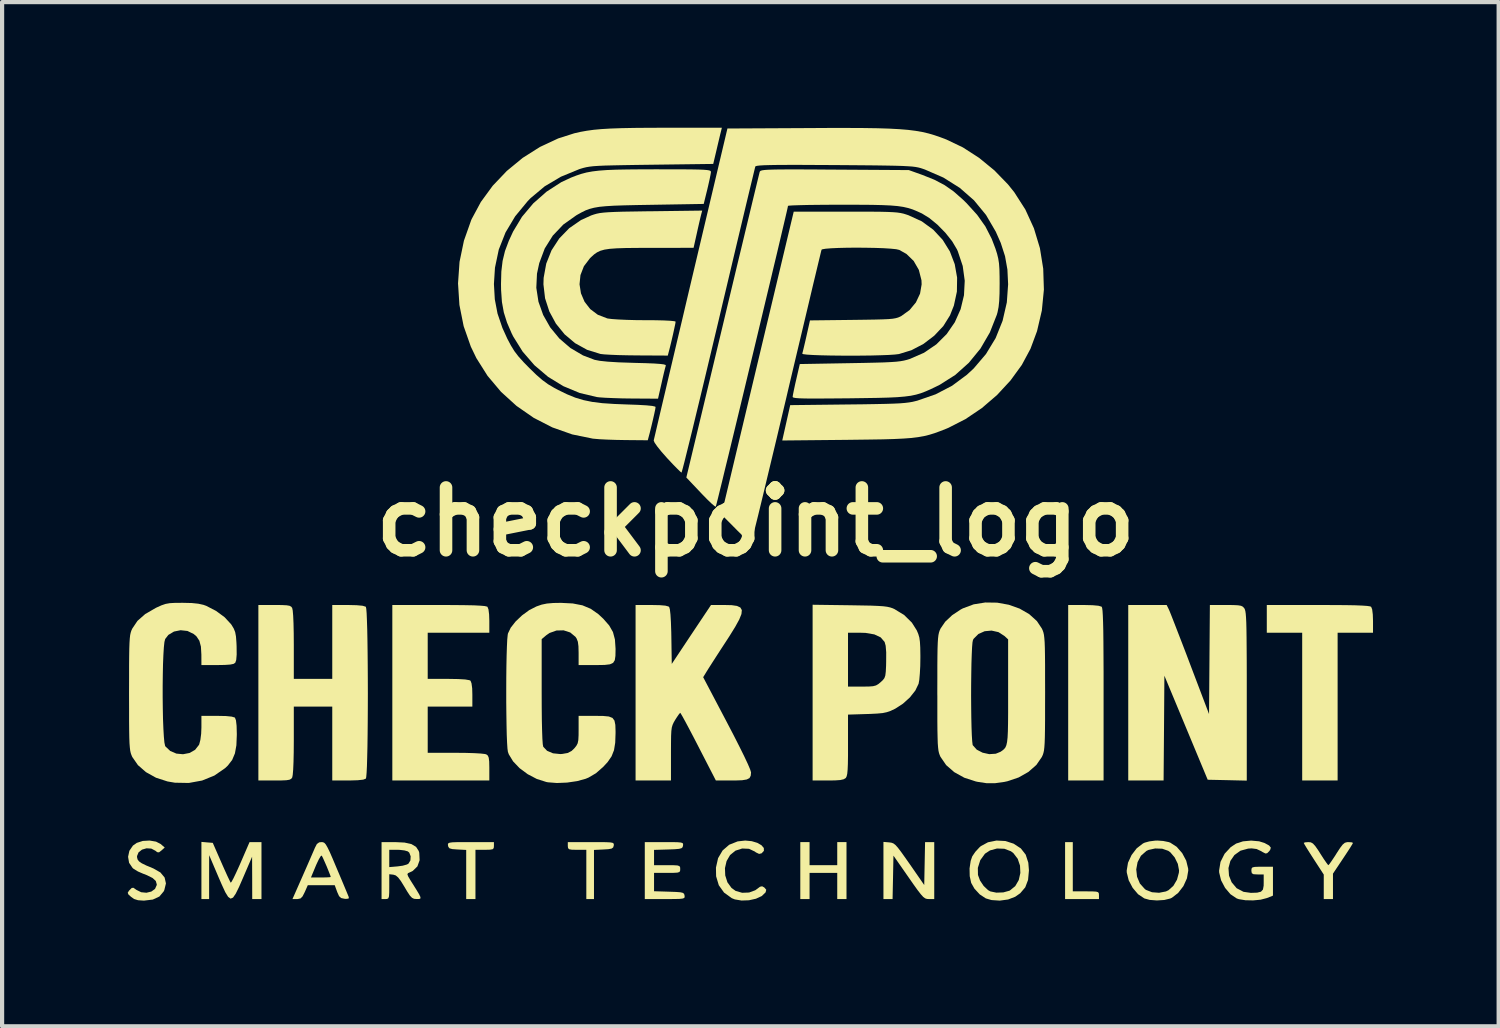
<source format=kicad_pcb>
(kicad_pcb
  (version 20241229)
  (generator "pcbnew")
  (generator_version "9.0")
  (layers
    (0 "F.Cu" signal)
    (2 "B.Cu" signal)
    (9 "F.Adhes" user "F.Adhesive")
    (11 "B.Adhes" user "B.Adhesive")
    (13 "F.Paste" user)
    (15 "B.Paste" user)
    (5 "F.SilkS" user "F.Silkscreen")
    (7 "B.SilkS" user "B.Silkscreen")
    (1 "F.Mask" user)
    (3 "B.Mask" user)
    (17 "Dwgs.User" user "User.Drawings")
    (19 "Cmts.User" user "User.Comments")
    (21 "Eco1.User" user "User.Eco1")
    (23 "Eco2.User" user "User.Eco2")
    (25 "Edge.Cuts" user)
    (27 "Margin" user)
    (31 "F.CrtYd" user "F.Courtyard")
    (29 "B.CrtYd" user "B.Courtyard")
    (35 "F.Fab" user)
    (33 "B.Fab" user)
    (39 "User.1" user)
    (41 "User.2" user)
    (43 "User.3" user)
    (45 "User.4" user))
  (footprint "checkpoint_logo"
    (layer "F.Cu")
    (at 14.992 9.41)
    (property "Reference" "checkpoint_logo" (at 0 0 0) (layer "F.SilkS") (effects (font (size 1.5 1.5) (thickness 0.3))))
    (attr board_only exclude_from_pos_files exclude_from_bom)
    (fp_poly (pts (xy 7.572 8.234) (xy 7.572 8.822) (xy 7.885 8.822) (xy 8.036 8.823) (xy 8.128 8.828) (xy 8.176 8.842) (xy 8.194 8.87) (xy 8.197 8.914) (xy 8.197 9.006) (xy 7.793 9.006) (xy 7.388 9.006) (xy 7.388 8.326) (xy 7.388 7.646) (xy 7.48 7.646) (xy 7.572 7.646)) (stroke (width 0) (type solid)) (fill yes) (layer "F.SilkS"))
    (fp_poly (pts (xy 8.045 1.99) (xy 8.186 2.003) (xy 8.259 2.025) (xy 8.263 2.029) (xy 8.273 2.058) (xy 8.282 2.125) (xy 8.289 2.236) (xy 8.295 2.393) (xy 8.3 2.602) (xy 8.303 2.867) (xy 8.305 3.192) (xy 8.307 3.581) (xy 8.307 4.039) (xy 8.307 4.124) (xy 8.307 6.175) (xy 7.885 6.175) (xy 7.462 6.175) (xy 7.462 4.08) (xy 7.462 1.985) (xy 7.841 1.985)) (stroke (width 0) (type solid)) (fill yes) (layer "F.SilkS"))
    (fp_poly (pts (xy 1.287 7.921) (xy 1.287 8.197) (xy 1.617 8.197) (xy 1.948 8.197) (xy 1.948 7.921) (xy 1.948 7.646) (xy 2.058 7.646) (xy 2.169 7.646) (xy 2.169 8.326) (xy 2.169 9.006) (xy 2.058 9.006) (xy 1.948 9.006) (xy 1.948 8.693) (xy 1.948 8.381) (xy 1.617 8.381) (xy 1.287 8.381) (xy 1.287 8.693) (xy 1.287 9.006) (xy 1.176 9.006) (xy 1.066 9.006) (xy 1.066 8.326) (xy 1.066 7.646) (xy 1.176 7.646) (xy 1.287 7.646)) (stroke (width 0) (type solid)) (fill yes) (layer "F.SilkS"))
    (fp_poly (pts (xy 13.789 1.986) (xy 14.082 1.988) (xy 14.311 1.992) (xy 14.482 1.999) (xy 14.6 2.007) (xy 14.671 2.018) (xy 14.696 2.029) (xy 14.72 2.091) (xy 14.735 2.211) (xy 14.74 2.36) (xy 14.74 2.647) (xy 14.317 2.647) (xy 13.895 2.647) (xy 13.895 4.411) (xy 13.895 6.175) (xy 13.472 6.175) (xy 13.049 6.175) (xy 13.049 4.411) (xy 13.049 2.647) (xy 12.626 2.647) (xy 12.204 2.647) (xy 12.204 2.316) (xy 12.204 1.985) (xy 13.428 1.985)) (stroke (width 0) (type solid)) (fill yes) (layer "F.SilkS"))
    (fp_poly (pts (xy -6.249 7.738) (xy -6.254 7.789) (xy -6.279 7.816) (xy -6.343 7.827) (xy -6.462 7.83) (xy -6.469 7.83) (xy -6.69 7.83) (xy -6.69 8.418) (xy -6.69 9.006) (xy -6.8 9.006) (xy -6.911 9.006) (xy -6.911 8.419) (xy -6.911 7.833) (xy -7.122 7.822) (xy -7.243 7.813) (xy -7.309 7.795) (xy -7.337 7.761) (xy -7.345 7.728) (xy -7.348 7.697) (xy -7.338 7.674) (xy -7.305 7.66) (xy -7.239 7.651) (xy -7.128 7.647) (xy -6.962 7.646) (xy -6.803 7.646) (xy -6.249 7.646)) (stroke (width 0) (type solid)) (fill yes) (layer "F.SilkS"))
    (fp_poly (pts (xy -3.718 7.646) (xy -3.569 7.648) (xy -3.472 7.653) (xy -3.416 7.663) (xy -3.391 7.68) (xy -3.386 7.705) (xy -3.388 7.728) (xy -3.402 7.774) (xy -3.44 7.801) (xy -3.518 7.815) (xy -3.63 7.822) (xy -3.86 7.833) (xy -3.86 8.419) (xy -3.86 9.006) (xy -3.952 9.006) (xy -4.043 9.006) (xy -4.043 8.418) (xy -4.043 7.83) (xy -4.264 7.83) (xy -4.386 7.828) (xy -4.452 7.817) (xy -4.479 7.79) (xy -4.485 7.741) (xy -4.485 7.738) (xy -4.485 7.646) (xy -3.931 7.646)) (stroke (width 0) (type solid)) (fill yes) (layer "F.SilkS"))
    (fp_poly (pts (xy 3.189 7.653) (xy 3.241 7.66) (xy 3.288 7.677) (xy 3.336 7.713) (xy 3.395 7.778) (xy 3.472 7.879) (xy 3.576 8.025) (xy 3.676 8.167) (xy 4.025 8.671) (xy 4.035 8.158) (xy 4.045 7.646) (xy 4.155 7.646) (xy 4.264 7.646) (xy 4.264 8.326) (xy 4.264 9.006) (xy 4.138 9.006) (xy 4.09 9.003) (xy 4.047 8.989) (xy 4.001 8.955) (xy 3.944 8.892) (xy 3.867 8.793) (xy 3.764 8.649) (xy 3.651 8.487) (xy 3.29 7.969) (xy 3.28 8.487) (xy 3.269 9.006) (xy 3.16 9.006) (xy 3.051 9.006) (xy 3.051 8.324) (xy 3.051 7.641)) (stroke (width 0) (type solid)) (fill yes) (layer "F.SilkS"))
    (fp_poly (pts (xy -13.098 7.653) (xy -12.962 7.664) (xy -12.758 8.13) (xy -12.682 8.301) (xy -12.616 8.447) (xy -12.565 8.554) (xy -12.536 8.611) (xy -12.533 8.616) (xy -12.512 8.591) (xy -12.468 8.51) (xy -12.407 8.383) (xy -12.334 8.223) (xy -12.298 8.141) (xy -12.084 7.646) (xy -11.942 7.646) (xy -11.799 7.646) (xy -11.799 8.326) (xy -11.799 9.006) (xy -11.91 9.006) (xy -12.02 9.006) (xy -12.021 8.5) (xy -12.023 7.995) (xy -12.236 8.491) (xy -12.335 8.718) (xy -12.414 8.878) (xy -12.478 8.971) (xy -12.536 8.996) (xy -12.595 8.953) (xy -12.663 8.843) (xy -12.745 8.666) (xy -12.824 8.484) (xy -13.048 7.958) (xy -13.049 8.482) (xy -13.049 9.006) (xy -13.141 9.006) (xy -13.233 9.006) (xy -13.233 8.324) (xy -13.233 7.641)) (stroke (width 0) (type solid)) (fill yes) (layer "F.SilkS"))
    (fp_poly (pts (xy 14.229 7.651) (xy 14.262 7.665) (xy 14.262 7.665) (xy 14.243 7.701) (xy 14.191 7.786) (xy 14.113 7.905) (xy 14.023 8.041) (xy 13.784 8.399) (xy 13.784 8.702) (xy 13.784 9.006) (xy 13.674 9.006) (xy 13.564 9.006) (xy 13.564 8.713) (xy 13.564 8.421) (xy 13.325 8.053) (xy 13.232 7.908) (xy 13.156 7.787) (xy 13.105 7.702) (xy 13.086 7.665) (xy 13.118 7.652) (xy 13.195 7.646) (xy 13.197 7.646) (xy 13.256 7.652) (xy 13.307 7.681) (xy 13.363 7.743) (xy 13.438 7.851) (xy 13.482 7.921) (xy 13.561 8.044) (xy 13.626 8.138) (xy 13.666 8.191) (xy 13.674 8.197) (xy 13.701 8.168) (xy 13.756 8.09) (xy 13.83 7.979) (xy 13.866 7.921) (xy 13.953 7.787) (xy 14.016 7.705) (xy 14.068 7.662) (xy 14.122 7.647) (xy 14.151 7.646)) (stroke (width 0) (type solid)) (fill yes) (layer "F.SilkS"))
    (fp_poly (pts (xy 9.863 2.086) (xy 9.888 2.143) (xy 9.935 2.261) (xy 10.001 2.43) (xy 10.083 2.642) (xy 10.178 2.887) (xy 10.282 3.158) (xy 10.369 3.388) (xy 10.825 4.589) (xy 10.835 3.287) (xy 10.845 1.985) (xy 11.228 1.985) (xy 11.402 1.986) (xy 11.517 1.992) (xy 11.589 2.004) (xy 11.633 2.026) (xy 11.665 2.061) (xy 11.669 2.067) (xy 11.681 2.092) (xy 11.692 2.132) (xy 11.701 2.193) (xy 11.708 2.28) (xy 11.714 2.4) (xy 11.718 2.558) (xy 11.721 2.761) (xy 11.723 3.013) (xy 11.725 3.321) (xy 11.726 3.69) (xy 11.726 4.127) (xy 11.726 4.163) (xy 11.726 6.178) (xy 11.259 6.167) (xy 10.793 6.157) (xy 10.276 4.915) (xy 9.759 3.673) (xy 9.75 4.924) (xy 9.74 6.175) (xy 9.318 6.175) (xy 8.896 6.175) (xy 8.896 4.08) (xy 8.896 1.985) (xy 9.354 1.985) (xy 9.813 1.985)) (stroke (width 0) (type solid)) (fill yes) (layer "F.SilkS"))
    (fp_poly (pts (xy -0.093 7.624) (xy 0.04 7.664) (xy 0.139 7.721) (xy 0.195 7.787) (xy 0.197 7.855) (xy 0.142 7.914) (xy 0.082 7.928) (xy 0.005 7.891) (xy -0.019 7.872) (xy -0.159 7.806) (xy -0.322 7.799) (xy -0.481 7.85) (xy -0.61 7.954) (xy -0.694 8.099) (xy -0.733 8.268) (xy -0.726 8.442) (xy -0.674 8.606) (xy -0.576 8.741) (xy -0.477 8.812) (xy -0.322 8.856) (xy -0.157 8.85) (xy -0.01 8.796) (xy 0.029 8.768) (xy 0.104 8.712) (xy 0.155 8.701) (xy 0.206 8.729) (xy 0.253 8.783) (xy 0.238 8.844) (xy 0.236 8.847) (xy 0.146 8.934) (xy 0.007 8.998) (xy -0.161 9.035) (xy -0.337 9.041) (xy -0.498 9.014) (xy -0.57 8.985) (xy -0.755 8.851) (xy -0.88 8.676) (xy -0.944 8.463) (xy -0.948 8.255) (xy -0.897 8.029) (xy -0.789 7.845) (xy -0.631 7.709) (xy -0.43 7.629) (xy -0.249 7.609)) (stroke (width 0) (type solid)) (fill yes) (layer "F.SilkS"))
    (fp_poly (pts (xy -7.217 1.986) (xy -6.941 1.989) (xy -6.727 1.993) (xy -6.572 2.001) (xy -6.469 2.01) (xy -6.414 2.023) (xy -6.403 2.029) (xy -6.379 2.091) (xy -6.364 2.211) (xy -6.359 2.36) (xy -6.359 2.647) (xy -7.094 2.647) (xy -7.83 2.647) (xy -7.83 3.198) (xy -7.83 3.749) (xy -7.341 3.749) (xy -7.102 3.753) (xy -6.934 3.763) (xy -6.835 3.78) (xy -6.808 3.793) (xy -6.784 3.855) (xy -6.768 3.976) (xy -6.764 4.124) (xy -6.764 4.411) (xy -7.297 4.411) (xy -7.83 4.411) (xy -7.83 4.962) (xy -7.83 5.514) (xy -7.165 5.514) (xy -6.929 5.516) (xy -6.725 5.522) (xy -6.566 5.531) (xy -6.463 5.543) (xy -6.43 5.552) (xy -6.394 5.581) (xy -6.373 5.632) (xy -6.362 5.721) (xy -6.359 5.865) (xy -6.359 5.883) (xy -6.359 6.175) (xy -7.517 6.175) (xy -8.675 6.175) (xy -8.675 4.08) (xy -8.675 1.985) (xy -7.561 1.985)) (stroke (width 0) (type solid)) (fill yes) (layer "F.SilkS"))
    (fp_poly (pts (xy -1.994 7.646) (xy -1.865 7.649) (xy -1.786 7.656) (xy -1.745 7.669) (xy -1.732 7.692) (xy -1.734 7.725) (xy -1.734 7.728) (xy -1.744 7.767) (xy -1.771 7.792) (xy -1.829 7.807) (xy -1.932 7.816) (xy -2.086 7.822) (xy -2.426 7.832) (xy -2.426 8.015) (xy -2.426 8.197) (xy -2.114 8.197) (xy -1.962 8.198) (xy -1.87 8.203) (xy -1.822 8.218) (xy -1.804 8.245) (xy -1.801 8.289) (xy -1.804 8.334) (xy -1.822 8.361) (xy -1.871 8.375) (xy -1.963 8.38) (xy -2.114 8.381) (xy -2.426 8.381) (xy -2.426 8.6) (xy -2.426 8.819) (xy -2.068 8.83) (xy -1.903 8.836) (xy -1.797 8.844) (xy -1.738 8.858) (xy -1.709 8.881) (xy -1.698 8.918) (xy -1.698 8.923) (xy -1.695 8.957) (xy -1.706 8.98) (xy -1.743 8.994) (xy -1.816 9.002) (xy -1.937 9.005) (xy -2.117 9.006) (xy -2.166 9.006) (xy -2.647 9.006) (xy -2.647 8.326) (xy -2.647 7.646) (xy -2.185 7.646)) (stroke (width 0) (type solid)) (fill yes) (layer "F.SilkS"))
    (fp_poly (pts (xy 5.962 7.62) (xy 6.158 7.683) (xy 6.332 7.797) (xy 6.448 7.946) (xy 6.51 8.138) (xy 6.525 8.323) (xy 6.504 8.549) (xy 6.437 8.726) (xy 6.317 8.867) (xy 6.197 8.951) (xy 6.028 9.016) (xy 5.829 9.043) (xy 5.631 9.03) (xy 5.495 8.99) (xy 5.351 8.895) (xy 5.224 8.758) (xy 5.146 8.62) (xy 5.111 8.46) (xy 5.107 8.273) (xy 5.109 8.261) (xy 5.305 8.261) (xy 5.308 8.431) (xy 5.357 8.563) (xy 5.443 8.692) (xy 5.547 8.791) (xy 5.603 8.823) (xy 5.747 8.853) (xy 5.913 8.847) (xy 6.058 8.807) (xy 6.069 8.802) (xy 6.198 8.697) (xy 6.282 8.552) (xy 6.32 8.383) (xy 6.312 8.208) (xy 6.257 8.045) (xy 6.154 7.91) (xy 6.095 7.865) (xy 5.938 7.805) (xy 5.762 7.799) (xy 5.594 7.845) (xy 5.475 7.923) (xy 5.363 8.078) (xy 5.305 8.261) (xy 5.109 8.261) (xy 5.134 8.094) (xy 5.171 7.987) (xy 5.244 7.879) (xy 5.344 7.771) (xy 5.377 7.742) (xy 5.547 7.65) (xy 5.749 7.609)) (stroke (width 0) (type solid)) (fill yes) (layer "F.SilkS"))
    (fp_poly (pts (xy 9.731 7.619) (xy 9.859 7.645) (xy 9.899 7.659) (xy 10.052 7.758) (xy 10.184 7.909) (xy 10.28 8.089) (xy 10.326 8.277) (xy 10.329 8.326) (xy 10.297 8.512) (xy 10.213 8.697) (xy 10.089 8.858) (xy 9.941 8.973) (xy 9.899 8.993) (xy 9.756 9.028) (xy 9.581 9.039) (xy 9.408 9.026) (xy 9.281 8.991) (xy 9.131 8.891) (xy 9.002 8.739) (xy 8.907 8.559) (xy 8.861 8.373) (xy 8.859 8.326) (xy 8.864 8.297) (xy 9.087 8.297) (xy 9.106 8.473) (xy 9.174 8.635) (xy 9.292 8.767) (xy 9.32 8.787) (xy 9.463 8.843) (xy 9.632 8.856) (xy 9.796 8.824) (xy 9.858 8.794) (xy 9.973 8.691) (xy 10.06 8.543) (xy 10.105 8.377) (xy 10.109 8.323) (xy 10.08 8.166) (xy 10.004 8.011) (xy 9.899 7.888) (xy 9.851 7.854) (xy 9.708 7.804) (xy 9.539 7.798) (xy 9.38 7.833) (xy 9.33 7.857) (xy 9.199 7.972) (xy 9.119 8.124) (xy 9.087 8.297) (xy 8.864 8.297) (xy 8.89 8.139) (xy 8.975 7.955) (xy 9.098 7.794) (xy 9.247 7.679) (xy 9.289 7.659) (xy 9.399 7.629) (xy 9.537 7.611) (xy 9.594 7.609)) (stroke (width 0) (type solid)) (fill yes) (layer "F.SilkS"))
    (fp_poly (pts (xy -10.33 7.649) (xy -10.297 7.665) (xy -10.263 7.703) (xy -10.223 7.772) (xy -10.17 7.88) (xy -10.101 8.038) (xy -10.01 8.254) (xy -9.999 8.28) (xy -9.913 8.483) (xy -9.837 8.664) (xy -9.775 8.812) (xy -9.732 8.916) (xy -9.713 8.963) (xy -9.72 8.995) (xy -9.785 9.002) (xy -9.816 8.999) (xy -9.896 8.982) (xy -9.946 8.937) (xy -9.989 8.842) (xy -9.993 8.831) (xy -10.05 8.675) (xy -10.372 8.675) (xy -10.693 8.675) (xy -10.766 8.84) (xy -10.818 8.942) (xy -10.866 8.991) (xy -10.932 9.005) (xy -10.949 9.006) (xy -11.059 9.006) (xy -10.832 8.491) (xy -10.618 8.491) (xy -10.382 8.491) (xy -10.261 8.489) (xy -10.176 8.485) (xy -10.145 8.479) (xy -10.159 8.434) (xy -10.194 8.345) (xy -10.24 8.231) (xy -10.29 8.117) (xy -10.332 8.023) (xy -10.359 7.97) (xy -10.362 7.967) (xy -10.387 7.985) (xy -10.43 8.058) (xy -10.484 8.171) (xy -10.503 8.215) (xy -10.618 8.491) (xy -10.832 8.491) (xy -10.82 8.464) (xy -10.734 8.268) (xy -10.654 8.085) (xy -10.587 7.93) (xy -10.539 7.82) (xy -10.524 7.784) (xy -10.476 7.691) (xy -10.421 7.652) (xy -10.367 7.646)) (stroke (width 0) (type solid)) (fill yes) (layer "F.SilkS"))
    (fp_poly (pts (xy -14.316 7.635) (xy -14.206 7.692) (xy -14.109 7.776) (xy -14.186 7.845) (xy -14.246 7.891) (xy -14.29 7.886) (xy -14.329 7.854) (xy -14.429 7.801) (xy -14.544 7.794) (xy -14.652 7.826) (xy -14.734 7.891) (xy -14.77 7.979) (xy -14.77 8.007) (xy -14.757 8.061) (xy -14.723 8.106) (xy -14.657 8.152) (xy -14.546 8.206) (xy -14.38 8.275) (xy -14.212 8.371) (xy -14.112 8.491) (xy -14.08 8.632) (xy -14.119 8.792) (xy -14.134 8.823) (xy -14.236 8.945) (xy -14.393 9.018) (xy -14.604 9.043) (xy -14.608 9.043) (xy -14.746 9.034) (xy -14.842 9.004) (xy -14.912 8.954) (xy -14.978 8.894) (xy -14.992 8.853) (xy -14.962 8.807) (xy -14.946 8.79) (xy -14.896 8.74) (xy -14.855 8.737) (xy -14.793 8.781) (xy -14.786 8.786) (xy -14.671 8.843) (xy -14.546 8.855) (xy -14.429 8.827) (xy -14.341 8.764) (xy -14.3 8.672) (xy -14.299 8.655) (xy -14.322 8.575) (xy -14.398 8.504) (xy -14.534 8.436) (xy -14.629 8.399) (xy -14.749 8.347) (xy -14.852 8.284) (xy -14.876 8.264) (xy -14.96 8.14) (xy -14.984 7.997) (xy -14.953 7.854) (xy -14.869 7.73) (xy -14.778 7.665) (xy -14.632 7.618) (xy -14.469 7.609)) (stroke (width 0) (type solid)) (fill yes) (layer "F.SilkS"))
    (fp_poly (pts (xy -8.611 7.646) (xy -8.383 7.657) (xy -8.218 7.694) (xy -8.108 7.76) (xy -8.045 7.857) (xy -8.032 7.9) (xy -8.023 8.078) (xy -8.076 8.226) (xy -8.187 8.334) (xy -8.261 8.37) (xy -8.301 8.388) (xy -8.315 8.414) (xy -8.298 8.462) (xy -8.248 8.548) (xy -8.199 8.626) (xy -8.099 8.785) (xy -8.035 8.892) (xy -8.004 8.957) (xy -8.003 8.991) (xy -8.031 9.004) (xy -8.082 9.005) (xy -8.095 9.005) (xy -8.156 9) (xy -8.205 8.976) (xy -8.256 8.922) (xy -8.32 8.825) (xy -8.382 8.72) (xy -8.47 8.577) (xy -8.537 8.489) (xy -8.593 8.442) (xy -8.649 8.424) (xy -8.748 8.413) (xy -8.748 8.709) (xy -8.749 8.856) (xy -8.755 8.944) (xy -8.771 8.988) (xy -8.801 9.004) (xy -8.84 9.006) (xy -8.932 9.006) (xy -8.932 8.326) (xy -8.932 8.036) (xy -8.748 8.036) (xy -8.748 8.243) (xy -8.549 8.226) (xy -8.425 8.209) (xy -8.327 8.181) (xy -8.291 8.162) (xy -8.243 8.084) (xy -8.237 7.985) (xy -8.27 7.898) (xy -8.305 7.868) (xy -8.383 7.845) (xy -8.5 7.831) (xy -8.562 7.83) (xy -8.748 7.83) (xy -8.748 8.036) (xy -8.932 8.036) (xy -8.932 7.646)) (stroke (width 0) (type solid)) (fill yes) (layer "F.SilkS"))
    (fp_poly (pts (xy 12.021 7.627) (xy 12.153 7.669) (xy 12.259 7.727) (xy 12.3 7.778) (xy 12.284 7.834) (xy 12.257 7.868) (xy 12.213 7.911) (xy 12.172 7.918) (xy 12.108 7.886) (xy 12.067 7.861) (xy 11.96 7.811) (xy 11.843 7.796) (xy 11.759 7.801) (xy 11.576 7.851) (xy 11.432 7.954) (xy 11.334 8.096) (xy 11.289 8.265) (xy 11.302 8.448) (xy 11.364 8.604) (xy 11.484 8.747) (xy 11.648 8.833) (xy 11.823 8.858) (xy 11.974 8.853) (xy 12.065 8.83) (xy 12.112 8.779) (xy 12.129 8.688) (xy 12.13 8.616) (xy 12.13 8.418) (xy 11.983 8.418) (xy 11.888 8.413) (xy 11.846 8.389) (xy 11.836 8.334) (xy 11.836 8.326) (xy 11.84 8.278) (xy 11.862 8.25) (xy 11.918 8.238) (xy 12.025 8.234) (xy 12.093 8.234) (xy 12.351 8.234) (xy 12.351 8.579) (xy 12.351 8.924) (xy 12.203 8.983) (xy 12.056 9.021) (xy 11.877 9.038) (xy 11.694 9.034) (xy 11.538 9.009) (xy 11.486 8.991) (xy 11.337 8.891) (xy 11.208 8.739) (xy 11.113 8.559) (xy 11.067 8.373) (xy 11.065 8.326) (xy 11.099 8.118) (xy 11.196 7.925) (xy 11.344 7.765) (xy 11.472 7.681) (xy 11.635 7.628) (xy 11.83 7.61)) (stroke (width 0) (type solid)) (fill yes) (layer "F.SilkS"))
    (fp_poly (pts (xy -11.314 1.986) (xy -11.198 1.992) (xy -11.128 2.004) (xy -11.088 2.026) (xy -11.066 2.056) (xy -11.053 2.117) (xy -11.042 2.244) (xy -11.034 2.427) (xy -11.029 2.66) (xy -11.027 2.935) (xy -11.027 2.938) (xy -11.027 3.749) (xy -10.568 3.749) (xy -10.109 3.749) (xy -10.109 2.867) (xy -10.109 1.985) (xy -9.73 1.985) (xy -9.526 1.99) (xy -9.385 2.003) (xy -9.312 2.025) (xy -9.307 2.029) (xy -9.297 2.075) (xy -9.288 2.186) (xy -9.281 2.355) (xy -9.274 2.572) (xy -9.269 2.83) (xy -9.265 3.12) (xy -9.262 3.434) (xy -9.26 3.765) (xy -9.259 4.103) (xy -9.26 4.44) (xy -9.262 4.769) (xy -9.265 5.08) (xy -9.269 5.367) (xy -9.275 5.619) (xy -9.281 5.831) (xy -9.289 5.992) (xy -9.298 6.095) (xy -9.307 6.131) (xy -9.37 6.155) (xy -9.502 6.169) (xy -9.698 6.175) (xy -9.73 6.175) (xy -10.109 6.175) (xy -10.109 5.293) (xy -10.109 4.411) (xy -10.568 4.411) (xy -11.027 4.411) (xy -11.027 5.222) (xy -11.029 5.497) (xy -11.034 5.73) (xy -11.042 5.915) (xy -11.053 6.042) (xy -11.065 6.104) (xy -11.066 6.104) (xy -11.09 6.136) (xy -11.132 6.157) (xy -11.206 6.169) (xy -11.325 6.174) (xy -11.488 6.175) (xy -11.873 6.175) (xy -11.873 4.08) (xy -11.873 1.985) (xy -11.488 1.985)) (stroke (width 0) (type solid)) (fill yes) (layer "F.SilkS"))
    (fp_poly (pts (xy -2.289 1.989) (xy -2.157 2) (xy -2.082 2.02) (xy -2.064 2.034) (xy -2.048 2.09) (xy -2.034 2.213) (xy -2.023 2.396) (xy -2.015 2.632) (xy -2.013 2.737) (xy -2.003 3.392) (xy -1.535 2.688) (xy -1.066 1.985) (xy -0.742 1.985) (xy -0.572 1.989) (xy -0.446 2.007) (xy -0.366 2.044) (xy -0.33 2.106) (xy -0.339 2.2) (xy -0.392 2.332) (xy -0.489 2.508) (xy -0.629 2.734) (xy -0.709 2.857) (xy -0.835 3.05) (xy -0.952 3.231) (xy -1.053 3.388) (xy -1.129 3.507) (xy -1.17 3.573) (xy -1.253 3.709) (xy -0.682 4.794) (xy -0.523 5.099) (xy -0.386 5.369) (xy -0.273 5.597) (xy -0.188 5.778) (xy -0.133 5.907) (xy -0.111 5.978) (xy -0.11 5.983) (xy -0.118 6.063) (xy -0.148 6.118) (xy -0.213 6.151) (xy -0.323 6.169) (xy -0.491 6.175) (xy -0.574 6.175) (xy -0.95 6.175) (xy -1.366 5.367) (xy -1.481 5.144) (xy -1.585 4.946) (xy -1.674 4.779) (xy -1.743 4.653) (xy -1.787 4.578) (xy -1.801 4.559) (xy -1.829 4.589) (xy -1.88 4.663) (xy -1.921 4.727) (xy -1.957 4.789) (xy -1.983 4.846) (xy -2.002 4.91) (xy -2.013 4.994) (xy -2.019 5.111) (xy -2.021 5.274) (xy -2.022 5.496) (xy -2.022 5.534) (xy -2.022 6.175) (xy -2.444 6.175) (xy -2.867 6.175) (xy -2.867 4.08) (xy -2.867 1.985) (xy -2.486 1.985)) (stroke (width 0) (type solid)) (fill yes) (layer "F.SilkS"))
    (fp_poly (pts (xy -1.299 -7.346) (xy -1.317 -7.274) (xy -1.346 -7.15) (xy -1.381 -6.996) (xy -1.402 -6.901) (xy -1.482 -6.543) (xy -2.515 -6.542) (xy -2.845 -6.541) (xy -3.11 -6.538) (xy -3.32 -6.531) (xy -3.484 -6.519) (xy -3.61 -6.5) (xy -3.709 -6.472) (xy -3.788 -6.434) (xy -3.858 -6.385) (xy -3.927 -6.322) (xy -3.956 -6.294) (xy -4.101 -6.103) (xy -4.183 -5.892) (xy -4.205 -5.672) (xy -4.171 -5.456) (xy -4.085 -5.255) (xy -3.95 -5.081) (xy -3.769 -4.945) (xy -3.546 -4.859) (xy -3.529 -4.855) (xy -3.432 -4.843) (xy -3.278 -4.832) (xy -3.081 -4.823) (xy -2.856 -4.817) (xy -2.626 -4.815) (xy -2.386 -4.814) (xy -2.186 -4.809) (xy -2.035 -4.801) (xy -1.94 -4.791) (xy -1.911 -4.781) (xy -1.919 -4.728) (xy -1.941 -4.624) (xy -1.971 -4.486) (xy -2.006 -4.335) (xy -2.041 -4.19) (xy -2.062 -4.108) (xy -2.098 -3.97) (xy -2.823 -3.974) (xy -3.058 -3.977) (xy -3.279 -3.982) (xy -3.47 -3.99) (xy -3.618 -3.999) (xy -3.707 -4.009) (xy -3.709 -4.01) (xy -4.025 -4.108) (xy -4.312 -4.267) (xy -4.562 -4.478) (xy -4.769 -4.733) (xy -4.926 -5.023) (xy -5.028 -5.338) (xy -5.067 -5.672) (xy -5.062 -5.826) (xy -5 -6.166) (xy -4.874 -6.483) (xy -4.688 -6.768) (xy -4.451 -7.012) (xy -4.17 -7.206) (xy -3.928 -7.316) (xy -3.861 -7.339) (xy -3.794 -7.358) (xy -3.72 -7.373) (xy -3.629 -7.384) (xy -3.513 -7.393) (xy -3.362 -7.4) (xy -3.168 -7.406) (xy -2.921 -7.41) (xy -2.612 -7.415) (xy -2.485 -7.416) (xy -1.276 -7.432)) (stroke (width 0) (type solid)) (fill yes) (layer "F.SilkS"))
    (fp_poly (pts (xy 2.251 1.991) (xy 2.535 1.996) (xy 2.754 2) (xy 2.922 2.007) (xy 3.046 2.015) (xy 3.139 2.027) (xy 3.211 2.043) (xy 3.271 2.063) (xy 3.31 2.081) (xy 3.543 2.222) (xy 3.73 2.406) (xy 3.847 2.591) (xy 3.883 2.677) (xy 3.908 2.762) (xy 3.922 2.863) (xy 3.93 2.998) (xy 3.933 3.184) (xy 3.933 3.249) (xy 3.93 3.443) (xy 3.92 3.624) (xy 3.907 3.772) (xy 3.89 3.867) (xy 3.889 3.868) (xy 3.812 4.028) (xy 3.682 4.192) (xy 3.516 4.342) (xy 3.332 4.461) (xy 3.321 4.466) (xy 3.222 4.513) (xy 3.132 4.544) (xy 3.033 4.565) (xy 2.904 4.577) (xy 2.727 4.586) (xy 2.656 4.588) (xy 2.205 4.602) (xy 2.205 5.331) (xy 2.205 5.587) (xy 2.202 5.78) (xy 2.196 5.918) (xy 2.187 6.013) (xy 2.173 6.074) (xy 2.155 6.11) (xy 2.148 6.118) (xy 2.101 6.146) (xy 2.021 6.164) (xy 1.895 6.173) (xy 1.725 6.175) (xy 1.36 6.175) (xy 1.36 4.077) (xy 1.36 3.29) (xy 2.205 3.29) (xy 2.205 3.933) (xy 2.536 3.933) (xy 2.695 3.932) (xy 2.802 3.924) (xy 2.874 3.905) (xy 2.932 3.871) (xy 2.986 3.826) (xy 3.04 3.775) (xy 3.075 3.728) (xy 3.096 3.667) (xy 3.107 3.576) (xy 3.114 3.437) (xy 3.116 3.339) (xy 3.117 3.114) (xy 3.104 2.957) (xy 3.079 2.867) (xy 2.985 2.758) (xy 2.834 2.687) (xy 2.622 2.651) (xy 2.49 2.647) (xy 2.205 2.647) (xy 2.205 3.29) (xy 1.36 3.29) (xy 1.36 1.979)) (stroke (width 0) (type solid)) (fill yes) (layer "F.SilkS"))
    (fp_poly (pts (xy -2.024 -8.417) (xy -1.746 -8.417) (xy -1.528 -8.415) (xy -1.362 -8.412) (xy -1.241 -8.407) (xy -1.158 -8.4) (xy -1.106 -8.391) (xy -1.079 -8.379) (xy -1.069 -8.364) (xy -1.067 -8.353) (xy -1.077 -8.291) (xy -1.1 -8.177) (xy -1.133 -8.03) (xy -1.154 -7.94) (xy -1.24 -7.591) (xy -2.485 -7.57) (xy -2.846 -7.564) (xy -3.142 -7.557) (xy -3.382 -7.549) (xy -3.576 -7.537) (xy -3.731 -7.522) (xy -3.858 -7.5) (xy -3.965 -7.472) (xy -4.06 -7.437) (xy -4.153 -7.391) (xy -4.253 -7.336) (xy -4.282 -7.319) (xy -4.592 -7.099) (xy -4.844 -6.834) (xy -5.036 -6.527) (xy -5.167 -6.177) (xy -5.221 -5.926) (xy -5.237 -5.589) (xy -5.186 -5.257) (xy -5.073 -4.939) (xy -4.905 -4.643) (xy -4.686 -4.377) (xy -4.423 -4.151) (xy -4.122 -3.974) (xy -3.846 -3.869) (xy -3.722 -3.845) (xy -3.534 -3.825) (xy -3.277 -3.809) (xy -2.951 -3.798) (xy -2.892 -3.796) (xy -2.625 -3.789) (xy -2.424 -3.781) (xy -2.283 -3.771) (xy -2.194 -3.76) (xy -2.151 -3.746) (xy -2.145 -3.732) (xy -2.16 -3.679) (xy -2.187 -3.571) (xy -2.221 -3.426) (xy -2.246 -3.314) (xy -2.331 -2.941) (xy -2.957 -2.945) (xy -3.182 -2.948) (xy -3.399 -2.955) (xy -3.588 -2.963) (xy -3.732 -2.973) (xy -3.791 -2.98) (xy -4.201 -3.077) (xy -4.592 -3.24) (xy -4.955 -3.462) (xy -5.281 -3.739) (xy -5.562 -4.063) (xy -5.789 -4.427) (xy -5.825 -4.499) (xy -5.937 -4.759) (xy -6.013 -5.001) (xy -6.058 -5.25) (xy -6.078 -5.534) (xy -6.08 -5.679) (xy -6.072 -5.978) (xy -6.042 -6.231) (xy -5.985 -6.466) (xy -5.894 -6.709) (xy -5.791 -6.932) (xy -5.579 -7.284) (xy -5.309 -7.605) (xy -4.992 -7.884) (xy -4.642 -8.11) (xy -4.411 -8.218) (xy -4.283 -8.268) (xy -4.161 -8.309) (xy -4.036 -8.342) (xy -3.899 -8.367) (xy -3.742 -8.386) (xy -3.555 -8.4) (xy -3.329 -8.409) (xy -3.056 -8.414) (xy -2.727 -8.417) (xy -2.369 -8.418)) (stroke (width 0) (type solid)) (fill yes) (layer "F.SilkS"))
    (fp_poly (pts (xy -0.827 -9.327) (xy -0.845 -9.256) (xy -0.874 -9.134) (xy -0.91 -8.982) (xy -0.93 -8.896) (xy -1.013 -8.546) (xy -2.482 -8.527) (xy -2.851 -8.522) (xy -3.154 -8.517) (xy -3.4 -8.512) (xy -3.596 -8.507) (xy -3.75 -8.5) (xy -3.871 -8.492) (xy -3.966 -8.481) (xy -4.043 -8.468) (xy -4.11 -8.452) (xy -4.175 -8.433) (xy -4.209 -8.422) (xy -4.649 -8.241) (xy -5.037 -8.011) (xy -5.375 -7.728) (xy -5.442 -7.659) (xy -5.742 -7.295) (xy -5.972 -6.91) (xy -6.133 -6.502) (xy -6.224 -6.069) (xy -6.249 -5.679) (xy -6.228 -5.314) (xy -6.163 -4.973) (xy -6.047 -4.632) (xy -5.93 -4.374) (xy -5.844 -4.212) (xy -5.761 -4.077) (xy -5.665 -3.951) (xy -5.54 -3.812) (xy -5.405 -3.674) (xy -5.236 -3.51) (xy -5.093 -3.386) (xy -4.958 -3.287) (xy -4.809 -3.199) (xy -4.715 -3.149) (xy -4.503 -3.046) (xy -4.307 -2.966) (xy -4.111 -2.907) (xy -3.901 -2.864) (xy -3.661 -2.834) (xy -3.375 -2.815) (xy -3.097 -2.804) (xy -2.816 -2.794) (xy -2.607 -2.782) (xy -2.469 -2.768) (xy -2.399 -2.752) (xy -2.39 -2.742) (xy -2.398 -2.686) (xy -2.421 -2.577) (xy -2.453 -2.436) (xy -2.49 -2.281) (xy -2.527 -2.131) (xy -2.539 -2.086) (xy -2.576 -1.948) (xy -3.117 -1.953) (xy -3.332 -1.957) (xy -3.542 -1.964) (xy -3.726 -1.973) (xy -3.864 -1.985) (xy -3.887 -1.987) (xy -4.38 -2.088) (xy -4.853 -2.255) (xy -5.298 -2.483) (xy -5.709 -2.768) (xy -6.079 -3.104) (xy -6.401 -3.486) (xy -6.668 -3.909) (xy -6.801 -4.185) (xy -6.972 -4.673) (xy -7.073 -5.179) (xy -7.106 -5.694) (xy -7.07 -6.208) (xy -6.965 -6.714) (xy -6.792 -7.203) (xy -6.783 -7.225) (xy -6.561 -7.638) (xy -6.278 -8.025) (xy -5.942 -8.378) (xy -5.563 -8.69) (xy -5.151 -8.951) (xy -4.714 -9.155) (xy -4.329 -9.278) (xy -4.184 -9.311) (xy -4.033 -9.338) (xy -3.868 -9.361) (xy -3.681 -9.378) (xy -3.463 -9.391) (xy -3.205 -9.4) (xy -2.898 -9.406) (xy -2.534 -9.409) (xy -2.14 -9.41) (xy -0.807 -9.41)) (stroke (width 0) (type solid)) (fill yes) (layer "F.SilkS"))
    (fp_poly (pts (xy -4.367 1.948) (xy -4.135 1.993) (xy -3.937 2.076) (xy -3.755 2.204) (xy -3.638 2.313) (xy -3.497 2.474) (xy -3.407 2.631) (xy -3.36 2.808) (xy -3.345 3.029) (xy -3.345 3.048) (xy -3.348 3.199) (xy -3.363 3.302) (xy -3.403 3.366) (xy -3.479 3.401) (xy -3.604 3.416) (xy -3.788 3.419) (xy -3.824 3.419) (xy -4.227 3.419) (xy -4.227 3.129) (xy -4.231 2.969) (xy -4.245 2.862) (xy -4.274 2.787) (xy -4.301 2.746) (xy -4.427 2.641) (xy -4.585 2.59) (xy -4.756 2.594) (xy -4.921 2.653) (xy -4.998 2.706) (xy -5.109 2.8) (xy -5.109 4.049) (xy -5.108 4.416) (xy -5.105 4.729) (xy -5.099 4.985) (xy -5.092 5.179) (xy -5.083 5.308) (xy -5.072 5.368) (xy -5.072 5.369) (xy -4.98 5.466) (xy -4.839 5.526) (xy -4.665 5.544) (xy -4.618 5.541) (xy -4.487 5.518) (xy -4.395 5.47) (xy -4.33 5.408) (xy -4.281 5.347) (xy -4.25 5.288) (xy -4.234 5.211) (xy -4.228 5.095) (xy -4.227 4.962) (xy -4.227 4.632) (xy -3.844 4.632) (xy -3.644 4.634) (xy -3.506 4.647) (xy -3.419 4.681) (xy -3.371 4.745) (xy -3.35 4.848) (xy -3.345 5) (xy -3.345 5.043) (xy -3.353 5.273) (xy -3.382 5.451) (xy -3.44 5.598) (xy -3.533 5.734) (xy -3.638 5.848) (xy -3.812 6.001) (xy -3.987 6.104) (xy -4.058 6.134) (xy -4.263 6.19) (xy -4.503 6.225) (xy -4.746 6.235) (xy -4.96 6.218) (xy -4.997 6.211) (xy -5.224 6.139) (xy -5.442 6.025) (xy -5.636 5.881) (xy -5.791 5.719) (xy -5.894 5.55) (xy -5.915 5.491) (xy -5.926 5.413) (xy -5.935 5.272) (xy -5.943 5.08) (xy -5.948 4.847) (xy -5.952 4.583) (xy -5.955 4.301) (xy -5.955 4.01) (xy -5.954 3.721) (xy -5.951 3.446) (xy -5.946 3.196) (xy -5.939 2.98) (xy -5.931 2.81) (xy -5.92 2.698) (xy -5.914 2.665) (xy -5.848 2.527) (xy -5.73 2.377) (xy -5.577 2.232) (xy -5.406 2.107) (xy -5.235 2.02) (xy -5.109 1.976) (xy -4.983 1.95) (xy -4.832 1.937) (xy -4.65 1.934)) (stroke (width 0) (type solid)) (fill yes) (layer "F.SilkS"))
    (fp_poly (pts (xy 2.491 -7.407) (xy 2.763 -7.406) (xy 2.979 -7.404) (xy 3.148 -7.4) (xy 3.279 -7.394) (xy 3.38 -7.386) (xy 3.461 -7.374) (xy 3.53 -7.359) (xy 3.595 -7.339) (xy 3.648 -7.321) (xy 3.967 -7.175) (xy 4.24 -6.976) (xy 4.465 -6.734) (xy 4.637 -6.457) (xy 4.753 -6.153) (xy 4.81 -5.831) (xy 4.805 -5.498) (xy 4.733 -5.164) (xy 4.64 -4.93) (xy 4.48 -4.674) (xy 4.262 -4.443) (xy 4.004 -4.247) (xy 3.719 -4.098) (xy 3.425 -4.008) (xy 3.423 -4.007) (xy 3.323 -3.995) (xy 3.173 -3.985) (xy 2.981 -3.978) (xy 2.759 -3.972) (xy 2.516 -3.969) (xy 2.265 -3.968) (xy 2.014 -3.969) (xy 1.774 -3.972) (xy 1.556 -3.977) (xy 1.371 -3.984) (xy 1.228 -3.993) (xy 1.138 -4.004) (xy 1.112 -4.016) (xy 1.127 -4.069) (xy 1.153 -4.177) (xy 1.187 -4.322) (xy 1.213 -4.436) (xy 1.297 -4.81) (xy 2.312 -4.822) (xy 2.613 -4.826) (xy 2.85 -4.83) (xy 3.033 -4.835) (xy 3.169 -4.841) (xy 3.27 -4.85) (xy 3.344 -4.863) (xy 3.401 -4.879) (xy 3.449 -4.9) (xy 3.477 -4.914) (xy 3.674 -5.056) (xy 3.826 -5.239) (xy 3.925 -5.449) (xy 3.963 -5.671) (xy 3.959 -5.769) (xy 3.896 -6.016) (xy 3.773 -6.229) (xy 3.6 -6.397) (xy 3.429 -6.493) (xy 3.355 -6.51) (xy 3.226 -6.523) (xy 3.054 -6.534) (xy 2.851 -6.541) (xy 2.63 -6.545) (xy 2.402 -6.547) (xy 2.179 -6.545) (xy 1.975 -6.54) (xy 1.8 -6.532) (xy 1.667 -6.521) (xy 1.589 -6.507) (xy 1.573 -6.497) (xy 1.562 -6.455) (xy 1.536 -6.347) (xy 1.495 -6.177) (xy 1.441 -5.951) (xy 1.374 -5.673) (xy 1.297 -5.347) (xy 1.21 -4.98) (xy 1.114 -4.576) (xy 1.01 -4.14) (xy 0.9 -3.677) (xy 0.785 -3.191) (xy 0.733 -2.968) (xy 0.616 -2.476) (xy 0.504 -2.004) (xy 0.397 -1.558) (xy 0.297 -1.142) (xy 0.206 -0.762) (xy 0.124 -0.422) (xy 0.052 -0.126) (xy -0.009 0.119) (xy -0.056 0.309) (xy -0.09 0.44) (xy -0.108 0.507) (xy -0.111 0.515) (xy -0.143 0.49) (xy -0.215 0.423) (xy -0.32 0.322) (xy -0.445 0.199) (xy -0.473 0.17) (xy -0.816 -0.174) (xy 0.046 -3.791) (xy 0.909 -7.407) (xy 2.155 -7.407)) (stroke (width 0) (type solid)) (fill yes) (layer "F.SilkS"))
    (fp_poly (pts (xy 5.766 1.929) (xy 6.043 1.979) (xy 6.302 2.071) (xy 6.53 2.202) (xy 6.715 2.369) (xy 6.835 2.55) (xy 6.854 2.593) (xy 6.87 2.639) (xy 6.883 2.696) (xy 6.892 2.772) (xy 6.9 2.873) (xy 6.905 3.009) (xy 6.908 3.186) (xy 6.91 3.413) (xy 6.91 3.697) (xy 6.911 4.047) (xy 6.911 4.08) (xy 6.91 4.435) (xy 6.91 4.725) (xy 6.908 4.956) (xy 6.905 5.138) (xy 6.9 5.277) (xy 6.893 5.381) (xy 6.884 5.458) (xy 6.871 5.517) (xy 6.856 5.564) (xy 6.836 5.607) (xy 6.835 5.611) (xy 6.703 5.803) (xy 6.513 5.97) (xy 6.278 6.103) (xy 6.011 6.193) (xy 5.937 6.209) (xy 5.713 6.24) (xy 5.515 6.24) (xy 5.303 6.208) (xy 5.256 6.198) (xy 4.982 6.109) (xy 4.742 5.976) (xy 4.549 5.808) (xy 4.415 5.613) (xy 4.413 5.611) (xy 4.394 5.567) (xy 4.378 5.521) (xy 4.365 5.464) (xy 4.356 5.388) (xy 4.348 5.287) (xy 4.344 5.151) (xy 4.34 4.974) (xy 4.338 4.747) (xy 4.338 4.463) (xy 4.338 4.159) (xy 5.144 4.159) (xy 5.146 4.425) (xy 5.149 4.676) (xy 5.154 4.902) (xy 5.161 5.092) (xy 5.17 5.235) (xy 5.18 5.32) (xy 5.185 5.334) (xy 5.279 5.439) (xy 5.418 5.511) (xy 5.577 5.546) (xy 5.733 5.536) (xy 5.846 5.49) (xy 5.894 5.457) (xy 5.932 5.425) (xy 5.963 5.386) (xy 5.986 5.332) (xy 6.003 5.255) (xy 6.015 5.147) (xy 6.022 5.001) (xy 6.026 4.809) (xy 6.028 4.564) (xy 6.028 4.256) (xy 6.028 4.061) (xy 6.028 2.806) (xy 5.942 2.726) (xy 5.798 2.633) (xy 5.633 2.596) (xy 5.468 2.611) (xy 5.319 2.677) (xy 5.206 2.79) (xy 5.189 2.819) (xy 5.177 2.878) (xy 5.167 2.999) (xy 5.159 3.172) (xy 5.152 3.385) (xy 5.148 3.628) (xy 5.145 3.89) (xy 5.144 4.159) (xy 4.338 4.159) (xy 4.337 4.114) (xy 4.337 4.08) (xy 4.338 3.725) (xy 4.338 3.436) (xy 4.34 3.204) (xy 4.343 3.023) (xy 4.348 2.884) (xy 4.355 2.78) (xy 4.364 2.703) (xy 4.377 2.644) (xy 4.392 2.597) (xy 4.412 2.554) (xy 4.414 2.548) (xy 4.525 2.385) (xy 4.692 2.228) (xy 4.897 2.092) (xy 4.948 2.065) (xy 5.206 1.969) (xy 5.482 1.925)) (stroke (width 0) (type solid)) (fill yes) (layer "F.SilkS"))
    (fp_poly (pts (xy -13.674 1.933) (xy -13.464 1.938) (xy -13.308 1.954) (xy -13.185 1.981) (xy -13.116 2.006) (xy -12.882 2.127) (xy -12.678 2.278) (xy -12.525 2.444) (xy -12.509 2.467) (xy -12.459 2.551) (xy -12.427 2.633) (xy -12.408 2.735) (xy -12.397 2.879) (xy -12.393 2.967) (xy -12.391 3.167) (xy -12.402 3.299) (xy -12.425 3.364) (xy -12.466 3.391) (xy -12.545 3.407) (xy -12.675 3.416) (xy -12.852 3.419) (xy -13.233 3.419) (xy -13.234 3.17) (xy -13.245 2.978) (xy -13.282 2.838) (xy -13.352 2.733) (xy -13.418 2.677) (xy -13.566 2.605) (xy -13.73 2.587) (xy -13.888 2.619) (xy -14.022 2.699) (xy -14.098 2.797) (xy -14.116 2.867) (xy -14.13 2.998) (xy -14.141 3.179) (xy -14.15 3.4) (xy -14.155 3.649) (xy -14.158 3.915) (xy -14.158 4.188) (xy -14.155 4.456) (xy -14.15 4.709) (xy -14.141 4.936) (xy -14.13 5.125) (xy -14.117 5.266) (xy -14.1 5.347) (xy -14.095 5.359) (xy -13.978 5.47) (xy -13.831 5.533) (xy -13.672 5.548) (xy -13.516 5.518) (xy -13.384 5.443) (xy -13.291 5.324) (xy -13.285 5.31) (xy -13.258 5.206) (xy -13.239 5.059) (xy -13.233 4.908) (xy -13.233 4.632) (xy -12.854 4.632) (xy -12.65 4.636) (xy -12.509 4.65) (xy -12.436 4.672) (xy -12.432 4.676) (xy -12.408 4.739) (xy -12.393 4.869) (xy -12.388 5.062) (xy -12.388 5.087) (xy -12.398 5.335) (xy -12.433 5.528) (xy -12.498 5.683) (xy -12.6 5.816) (xy -12.667 5.88) (xy -12.923 6.057) (xy -13.216 6.176) (xy -13.534 6.234) (xy -13.865 6.228) (xy -14.042 6.198) (xy -14.317 6.109) (xy -14.556 5.976) (xy -14.749 5.808) (xy -14.884 5.613) (xy -14.885 5.611) (xy -14.904 5.567) (xy -14.92 5.521) (xy -14.933 5.464) (xy -14.942 5.388) (xy -14.95 5.287) (xy -14.955 5.151) (xy -14.958 4.974) (xy -14.96 4.747) (xy -14.96 4.463) (xy -14.961 4.114) (xy -14.961 4.08) (xy -14.96 3.725) (xy -14.96 3.435) (xy -14.958 3.204) (xy -14.955 3.023) (xy -14.95 2.884) (xy -14.943 2.78) (xy -14.934 2.702) (xy -14.921 2.644) (xy -14.906 2.597) (xy -14.886 2.553) (xy -14.885 2.55) (xy -14.76 2.364) (xy -14.575 2.201) (xy -14.323 2.055) (xy -14.301 2.044) (xy -14.185 1.992) (xy -14.088 1.959) (xy -13.987 1.941) (xy -13.86 1.934) (xy -13.682 1.933)) (stroke (width 0) (type solid)) (fill yes) (layer "F.SilkS"))
    (fp_poly (pts (xy 2.582 -9.403) (xy 2.91 -9.398) (xy 3.19 -9.389) (xy 3.431 -9.376) (xy 3.639 -9.359) (xy 3.82 -9.336) (xy 3.981 -9.308) (xy 4.13 -9.273) (xy 4.272 -9.231) (xy 4.414 -9.182) (xy 4.554 -9.129) (xy 4.949 -8.94) (xy 5.336 -8.69) (xy 5.7 -8.392) (xy 6.024 -8.058) (xy 6.173 -7.873) (xy 6.439 -7.458) (xy 6.644 -7.009) (xy 6.787 -6.535) (xy 6.866 -6.044) (xy 6.882 -5.544) (xy 6.833 -5.045) (xy 6.718 -4.553) (xy 6.562 -4.133) (xy 6.355 -3.747) (xy 6.085 -3.376) (xy 5.764 -3.029) (xy 5.402 -2.718) (xy 5.011 -2.454) (xy 4.602 -2.245) (xy 4.552 -2.224) (xy 4.407 -2.167) (xy 4.276 -2.119) (xy 4.15 -2.08) (xy 4.021 -2.048) (xy 3.88 -2.023) (xy 3.719 -2.003) (xy 3.53 -1.989) (xy 3.303 -1.978) (xy 3.032 -1.97) (xy 2.706 -1.965) (xy 2.319 -1.96) (xy 2.165 -1.958) (xy 0.635 -1.943) (xy 0.73 -2.365) (xy 0.825 -2.787) (xy 2.205 -2.803) (xy 2.566 -2.807) (xy 2.862 -2.812) (xy 3.102 -2.817) (xy 3.293 -2.823) (xy 3.445 -2.83) (xy 3.566 -2.84) (xy 3.663 -2.852) (xy 3.746 -2.866) (xy 3.824 -2.885) (xy 3.86 -2.894) (xy 4.298 -3.046) (xy 4.69 -3.25) (xy 5.042 -3.511) (xy 5.207 -3.664) (xy 5.499 -4.007) (xy 5.73 -4.388) (xy 5.896 -4.801) (xy 5.997 -5.24) (xy 6.028 -5.672) (xy 6.011 -6.024) (xy 5.954 -6.344) (xy 5.852 -6.66) (xy 5.733 -6.929) (xy 5.5 -7.328) (xy 5.213 -7.677) (xy 4.874 -7.974) (xy 4.483 -8.22) (xy 4.042 -8.412) (xy 3.988 -8.431) (xy 3.935 -8.448) (xy 3.88 -8.462) (xy 3.815 -8.474) (xy 3.734 -8.484) (xy 3.63 -8.491) (xy 3.497 -8.498) (xy 3.328 -8.503) (xy 3.116 -8.507) (xy 2.855 -8.511) (xy 2.538 -8.514) (xy 2.158 -8.517) (xy 1.889 -8.519) (xy 1.455 -8.521) (xy 1.09 -8.523) (xy 0.787 -8.523) (xy 0.543 -8.522) (xy 0.351 -8.519) (xy 0.206 -8.515) (xy 0.103 -8.509) (xy 0.036 -8.501) (xy 0.001 -8.492) (xy -0.008 -8.484) (xy -0.019 -8.442) (xy -0.045 -8.334) (xy -0.086 -8.163) (xy -0.141 -7.936) (xy -0.208 -7.657) (xy -0.286 -7.33) (xy -0.374 -6.96) (xy -0.471 -6.553) (xy -0.575 -6.114) (xy -0.686 -5.646) (xy -0.803 -5.155) (xy -0.885 -4.806) (xy -1.005 -4.303) (xy -1.12 -3.821) (xy -1.229 -3.364) (xy -1.332 -2.937) (xy -1.427 -2.545) (xy -1.512 -2.193) (xy -1.588 -1.885) (xy -1.652 -1.627) (xy -1.703 -1.422) (xy -1.741 -1.276) (xy -1.764 -1.194) (xy -1.771 -1.176) (xy -1.803 -1.202) (xy -1.875 -1.272) (xy -1.977 -1.376) (xy -2.097 -1.504) (xy -2.12 -1.529) (xy -2.247 -1.673) (xy -2.347 -1.797) (xy -2.412 -1.89) (xy -2.434 -1.942) (xy -2.434 -1.943) (xy -2.424 -1.986) (xy -2.398 -2.096) (xy -2.358 -2.268) (xy -2.304 -2.498) (xy -2.238 -2.779) (xy -2.16 -3.108) (xy -2.073 -3.479) (xy -1.976 -3.889) (xy -1.872 -4.331) (xy -1.76 -4.802) (xy -1.644 -5.296) (xy -1.549 -5.698) (xy -0.674 -9.392) (xy 1.253 -9.402) (xy 1.76 -9.405) (xy 2.201 -9.405)) (stroke (width 0) (type solid)) (fill yes) (layer "F.SilkS"))
    (fp_poly (pts (xy 1.027 -8.415) (xy 1.343 -8.414) (xy 1.723 -8.411) (xy 1.887 -8.41) (xy 3.657 -8.399) (xy 3.979 -8.284) (xy 4.264 -8.17) (xy 4.505 -8.044) (xy 4.726 -7.89) (xy 4.95 -7.693) (xy 5.036 -7.609) (xy 5.288 -7.331) (xy 5.484 -7.055) (xy 5.636 -6.758) (xy 5.725 -6.525) (xy 5.765 -6.399) (xy 5.792 -6.287) (xy 5.81 -6.172) (xy 5.82 -6.033) (xy 5.824 -5.853) (xy 5.825 -5.698) (xy 5.823 -5.457) (xy 5.815 -5.273) (xy 5.8 -5.129) (xy 5.776 -5.008) (xy 5.758 -4.944) (xy 5.592 -4.523) (xy 5.368 -4.138) (xy 5.09 -3.798) (xy 4.766 -3.508) (xy 4.399 -3.275) (xy 4.319 -3.235) (xy 4.182 -3.169) (xy 4.061 -3.116) (xy 3.947 -3.072) (xy 3.831 -3.038) (xy 3.704 -3.011) (xy 3.556 -2.992) (xy 3.38 -2.977) (xy 3.166 -2.967) (xy 2.905 -2.96) (xy 2.588 -2.955) (xy 2.233 -2.95) (xy 1.873 -2.947) (xy 1.581 -2.945) (xy 1.35 -2.944) (xy 1.173 -2.946) (xy 1.044 -2.95) (xy 0.957 -2.957) (xy 0.906 -2.966) (xy 0.885 -2.978) (xy 0.883 -2.983) (xy 0.891 -3.038) (xy 0.913 -3.147) (xy 0.944 -3.292) (xy 0.969 -3.4) (xy 1.054 -3.768) (xy 2.245 -3.789) (xy 2.578 -3.795) (xy 2.846 -3.801) (xy 3.059 -3.807) (xy 3.226 -3.815) (xy 3.356 -3.824) (xy 3.458 -3.836) (xy 3.541 -3.851) (xy 3.614 -3.869) (xy 3.678 -3.889) (xy 4.019 -4.037) (xy 4.314 -4.238) (xy 4.561 -4.484) (xy 4.755 -4.766) (xy 4.894 -5.078) (xy 4.974 -5.41) (xy 4.992 -5.757) (xy 4.944 -6.109) (xy 4.827 -6.459) (xy 4.806 -6.506) (xy 4.691 -6.7) (xy 4.53 -6.902) (xy 4.343 -7.093) (xy 4.147 -7.254) (xy 3.97 -7.363) (xy 3.856 -7.415) (xy 3.75 -7.459) (xy 3.642 -7.493) (xy 3.524 -7.52) (xy 3.388 -7.54) (xy 3.223 -7.554) (xy 3.022 -7.563) (xy 2.774 -7.569) (xy 2.473 -7.571) (xy 2.108 -7.572) (xy 2.051 -7.572) (xy 1.752 -7.571) (xy 1.479 -7.569) (xy 1.238 -7.566) (xy 1.039 -7.561) (xy 0.889 -7.556) (xy 0.798 -7.55) (xy 0.772 -7.545) (xy 0.764 -7.503) (xy 0.74 -7.396) (xy 0.701 -7.229) (xy 0.649 -7.009) (xy 0.586 -6.741) (xy 0.513 -6.431) (xy 0.43 -6.085) (xy 0.341 -5.709) (xy 0.245 -5.309) (xy 0.145 -4.89) (xy 0.042 -4.459) (xy -0.063 -4.021) (xy -0.169 -3.582) (xy -0.273 -3.148) (xy -0.375 -2.724) (xy -0.473 -2.318) (xy -0.566 -1.934) (xy -0.652 -1.578) (xy -0.731 -1.257) (xy -0.799 -0.975) (xy -0.857 -0.74) (xy -0.902 -0.556) (xy -0.934 -0.43) (xy -0.951 -0.368) (xy -0.953 -0.362) (xy -0.984 -0.378) (xy -1.056 -0.44) (xy -1.157 -0.537) (xy -1.279 -0.662) (xy -1.314 -0.699) (xy -1.655 -1.059) (xy -0.789 -4.674) (xy -0.669 -5.177) (xy -0.553 -5.661) (xy -0.443 -6.121) (xy -0.339 -6.551) (xy -0.244 -6.947) (xy -0.158 -7.304) (xy -0.083 -7.617) (xy -0.019 -7.882) (xy 0.032 -8.093) (xy 0.069 -8.245) (xy 0.091 -8.334) (xy 0.096 -8.355) (xy 0.104 -8.37) (xy 0.121 -8.383) (xy 0.154 -8.393) (xy 0.209 -8.401) (xy 0.292 -8.407) (xy 0.409 -8.411) (xy 0.567 -8.414) (xy 0.771 -8.415)) (stroke (width 0) (type solid)) (fill yes) (layer "F.SilkS")))
  (gr_rect
    (start -3 -3)
    (end 32.732 21.453)
    (stroke (width 0.1) (type default))
    (fill no)
    (layer "Edge.Cuts")))
</source>
